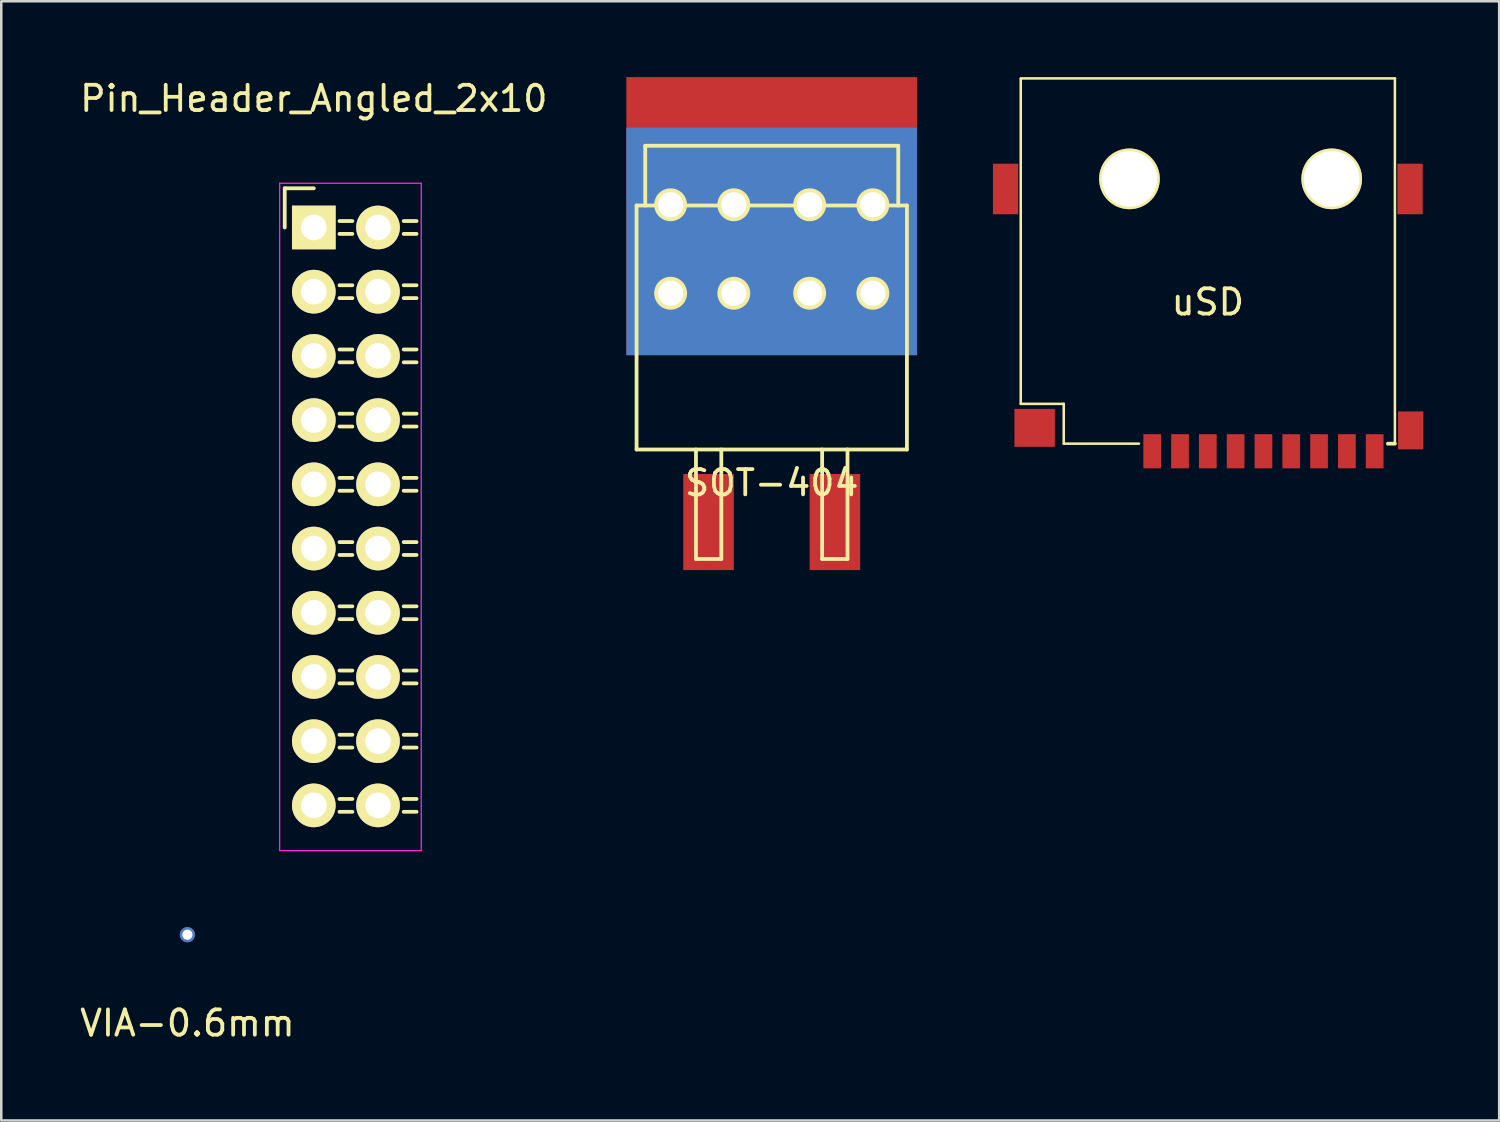
<source format=kicad_pcb>
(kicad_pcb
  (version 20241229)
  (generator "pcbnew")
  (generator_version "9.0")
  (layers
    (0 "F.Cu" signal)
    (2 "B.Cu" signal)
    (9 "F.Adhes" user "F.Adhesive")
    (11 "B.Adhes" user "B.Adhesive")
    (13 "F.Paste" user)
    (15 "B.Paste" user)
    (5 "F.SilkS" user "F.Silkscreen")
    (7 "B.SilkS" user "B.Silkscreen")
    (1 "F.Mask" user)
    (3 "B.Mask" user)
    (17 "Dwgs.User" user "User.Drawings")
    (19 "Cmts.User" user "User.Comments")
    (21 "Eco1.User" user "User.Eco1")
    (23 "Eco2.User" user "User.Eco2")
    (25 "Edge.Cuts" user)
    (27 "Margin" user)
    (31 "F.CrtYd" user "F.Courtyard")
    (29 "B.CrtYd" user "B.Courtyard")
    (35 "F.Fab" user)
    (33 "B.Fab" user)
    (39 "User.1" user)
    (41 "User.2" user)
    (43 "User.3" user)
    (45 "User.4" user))
  (footprint "uSD"
    (layer "F.Cu")
    (at 44.727 14.5)
    (property "Reference" "uSD" (at 0 -5.6 0) (layer "F.SilkS") (effects (font (size 1 1) (thickness 0.15))))
    (attr through_hole)
    (fp_line (start -7.4 -14.425) (end -7.4 -1.575) (stroke (width 0.1) (type solid)) (layer "F.SilkS"))
    (fp_line (start -5.7 -1.575) (end -7.4 -1.575) (stroke (width 0.1) (type solid)) (layer "F.SilkS"))
    (fp_line (start -5.7 0) (end -5.7 -1.575) (stroke (width 0.1) (type solid)) (layer "F.SilkS"))
    (fp_line (start -5.7 0) (end -2.725 0) (stroke (width 0.1) (type solid)) (layer "F.SilkS"))
    (fp_line (start 7.4 -14.45) (end -7.4 -14.45) (stroke (width 0.1) (type solid)) (layer "F.SilkS"))
    (fp_line (start 7.4 0) (end 7.125 0) (stroke (width 0.15) (type solid)) (layer "F.SilkS"))
    (fp_line (start 7.4 0) (end 7.4 -14.45) (stroke (width 0.1) (type solid)) (layer "F.SilkS"))
    (pad "1" smd rect (at -1.1 0.3) (size 0.7 1.35) (layers "F.Cu" "F.Mask" "F.Paste"))
    (pad "2" smd rect (at 0 0.3) (size 0.7 1.35) (layers "F.Cu" "F.Mask" "F.Paste"))
    (pad "3" smd rect (at 1.1 0.3) (size 0.7 1.35) (layers "F.Cu" "F.Mask" "F.Paste"))
    (pad "4" smd rect (at 2.2 0.3) (size 0.7 1.35) (layers "F.Cu" "F.Mask" "F.Paste"))
    (pad "5" smd rect (at 3.3 0.3) (size 0.7 1.35) (layers "F.Cu" "F.Mask" "F.Paste"))
    (pad "6" smd rect (at 4.4 0.3) (size 0.7 1.35) (layers "F.Cu" "F.Mask" "F.Paste"))
    (pad "7" smd rect (at 5.5 0.3) (size 0.7 1.35) (layers "F.Cu" "F.Mask" "F.Paste"))
    (pad "8" smd rect (at 6.6 0.3) (size 0.7 1.35) (layers "F.Cu" "F.Mask" "F.Paste"))
    (pad "9" smd rect (at -2.2 0.3) (size 0.7 1.35) (layers "F.Cu" "F.Mask" "F.Paste"))
    (pad "10" smd rect (at -8 -10.075) (size 1 2) (layers "F.Cu" "F.Mask" "F.Paste"))
    (pad "11" smd rect (at 8 -10.075) (size 1 2) (layers "F.Cu" "F.Mask" "F.Paste"))
    (pad "12" smd rect (at -6.85 -0.625) (size 1.6 1.5) (layers "F.Cu" "F.Mask" "F.Paste"))
    (pad "13" smd rect (at 8.025 -0.525) (size 1 1.5) (layers "F.Cu" "F.Mask" "F.Paste"))
    (pad "HOLE" thru_hole circle (at -3.1 -10.475) (size 2.4 2.4) (drill 2.2) (layers "*.Cu" "*.Mask" "F.SilkS"))
    (pad "HOLE" thru_hole circle (at 4.9 -10.475) (size 2.4 2.4) (drill 2.2) (layers "*.Cu" "*.Mask" "F.SilkS")))
  (footprint "SOT-404"
    (layer "F.Cu")
    (at 27.477 12.05)
    (property "Reference" "SOT-404" (at 0 4 0) (layer "F.SilkS") (effects (font (size 1 1) (thickness 0.15))))
    (attr smd)
    (fp_line (start -5.347 -6.972) (end 5.347 -6.972) (stroke (width 0.15) (type solid)) (layer "F.SilkS"))
    (fp_line (start -5.347 2.68) (end -5.347 -6.972) (stroke (width 0.15) (type solid)) (layer "F.SilkS"))
    (fp_line (start -5.004 -9.335) (end 5.004 -9.335) (stroke (width 0.15) (type solid)) (layer "F.SilkS"))
    (fp_line (start -5.004 -6.972) (end -5.004 -9.335) (stroke (width 0.15) (type solid)) (layer "F.SilkS"))
    (fp_line (start -2.997 2.68) (end -2.997 7.01) (stroke (width 0.15) (type solid)) (layer "F.SilkS"))
    (fp_line (start -2.997 7.01) (end -1.994 7.01) (stroke (width 0.15) (type solid)) (layer "F.SilkS"))
    (fp_line (start -1.994 7.01) (end -1.994 2.68) (stroke (width 0.15) (type solid)) (layer "F.SilkS"))
    (fp_line (start 1.994 2.68) (end 1.994 7.01) (stroke (width 0.15) (type solid)) (layer "F.SilkS"))
    (fp_line (start 1.994 7.01) (end 2.997 7.01) (stroke (width 0.15) (type solid)) (layer "F.SilkS"))
    (fp_line (start 2.997 7.01) (end 2.997 2.68) (stroke (width 0.15) (type solid)) (layer "F.SilkS"))
    (fp_line (start 5.004 -9.335) (end 5.004 -6.972) (stroke (width 0.15) (type solid)) (layer "F.SilkS"))
    (fp_line (start 5.347 -6.972) (end 5.347 2.68) (stroke (width 0.15) (type solid)) (layer "F.SilkS"))
    (fp_line (start 5.347 2.68) (end -5.347 2.68) (stroke (width 0.15) (type solid)) (layer "F.SilkS"))
    (pad "1" smd rect (at -2.499 5.55) (size 1.999 3.8) (layers "F.Cu" "F.Mask" "F.Paste"))
    (pad "2" thru_hole circle (at -4 -7) (size 1.3 1.3) (drill 1) (layers "*.Cu" "*.Mask" "F.SilkS"))
    (pad "2" thru_hole circle (at -4 -3.5) (size 1.3 1.3) (drill 1) (layers "*.Cu" "*.Mask" "F.SilkS"))
    (pad "2" thru_hole circle (at -1.5 -7) (size 1.3 1.3) (drill 1) (layers "*.Cu" "*.Mask" "F.SilkS"))
    (pad "2" thru_hole circle (at -1.5 -3.5) (size 1.3 1.3) (drill 1) (layers "*.Cu" "*.Mask" "F.SilkS"))
    (pad "2" smd rect (at 0 -6.55) (size 11.501 11) (layers "F.Cu" "F.Mask" "F.Paste"))
    (pad "2" smd rect (at 0 -5.55) (size 11.501 8.999) (layers "F.Mask" "B.Cu" "F.Paste"))
    (pad "2" thru_hole circle (at 1.5 -7) (size 1.3 1.3) (drill 1) (layers "*.Cu" "*.Mask" "F.SilkS"))
    (pad "2" thru_hole circle (at 1.5 -3.5) (size 1.3 1.3) (drill 1) (layers "*.Cu" "*.Mask" "F.SilkS"))
    (pad "2" thru_hole circle (at 4 -7) (size 1.3 1.3) (drill 1) (layers "*.Cu" "*.Mask" "F.SilkS"))
    (pad "2" thru_hole circle (at 4 -3.5) (size 1.3 1.3) (drill 1) (layers "*.Cu" "*.Mask" "F.SilkS"))
    (pad "3" smd rect (at 2.499 5.55) (size 1.999 3.8) (layers "F.Cu" "F.Mask" "F.Paste")))
  (footprint "VIA-0.6mm"
    (layer "F.Cu")
    (at 4.363 33.923)
    (property "Reference" "VIA-0.6mm" (at 0 3.5 0) (layer "F.SilkS") (effects (font (size 1 1) (thickness 0.15))))
    (attr through_hole)
    (pad "2" thru_hole circle (at 0 0) (size 0.6 0.6) (drill 0.4) (layers "*.Cu")))
  (footprint "Pin_Header_Angled_2x10"
    (layer "F.Cu")
    (at 9.363 5.948)
    (property "Reference" "Pin_Header_Angled_2x10" (at 0 -5.1 0) (layer "F.SilkS") (effects (font (size 1 1) (thickness 0.15))))
    (attr through_hole)
    (fp_line (start -1.15 -1.55) (end -1.15 0) (stroke (width 0.15) (type solid)) (layer "F.SilkS"))
    (fp_line (start 0 -1.55) (end -1.15 -1.55) (stroke (width 0.15) (type solid)) (layer "F.SilkS"))
    (fp_line (start 1.524 -0.254) (end 1.016 -0.254) (stroke (width 0.15) (type solid)) (layer "F.SilkS"))
    (fp_line (start 1.524 0.254) (end 1.016 0.254) (stroke (width 0.15) (type solid)) (layer "F.SilkS"))
    (fp_line (start 1.524 2.286) (end 1.016 2.286) (stroke (width 0.15) (type solid)) (layer "F.SilkS"))
    (fp_line (start 1.524 2.794) (end 1.016 2.794) (stroke (width 0.15) (type solid)) (layer "F.SilkS"))
    (fp_line (start 1.524 4.826) (end 1.016 4.826) (stroke (width 0.15) (type solid)) (layer "F.SilkS"))
    (fp_line (start 1.524 5.334) (end 1.016 5.334) (stroke (width 0.15) (type solid)) (layer "F.SilkS"))
    (fp_line (start 1.524 7.366) (end 1.016 7.366) (stroke (width 0.15) (type solid)) (layer "F.SilkS"))
    (fp_line (start 1.524 7.874) (end 1.016 7.874) (stroke (width 0.15) (type solid)) (layer "F.SilkS"))
    (fp_line (start 1.524 9.906) (end 1.016 9.906) (stroke (width 0.15) (type solid)) (layer "F.SilkS"))
    (fp_line (start 1.524 10.414) (end 1.016 10.414) (stroke (width 0.15) (type solid)) (layer "F.SilkS"))
    (fp_line (start 1.524 12.446) (end 1.016 12.446) (stroke (width 0.15) (type solid)) (layer "F.SilkS"))
    (fp_line (start 1.524 12.954) (end 1.016 12.954) (stroke (width 0.15) (type solid)) (layer "F.SilkS"))
    (fp_line (start 1.524 14.986) (end 1.016 14.986) (stroke (width 0.15) (type solid)) (layer "F.SilkS"))
    (fp_line (start 1.524 15.494) (end 1.016 15.494) (stroke (width 0.15) (type solid)) (layer "F.SilkS"))
    (fp_line (start 1.524 17.526) (end 1.016 17.526) (stroke (width 0.15) (type solid)) (layer "F.SilkS"))
    (fp_line (start 1.524 18.034) (end 1.016 18.034) (stroke (width 0.15) (type solid)) (layer "F.SilkS"))
    (fp_line (start 1.524 20.066) (end 1.016 20.066) (stroke (width 0.15) (type solid)) (layer "F.SilkS"))
    (fp_line (start 1.524 20.574) (end 1.016 20.574) (stroke (width 0.15) (type solid)) (layer "F.SilkS"))
    (fp_line (start 1.524 22.606) (end 1.016 22.606) (stroke (width 0.15) (type solid)) (layer "F.SilkS"))
    (fp_line (start 1.524 23.114) (end 1.016 23.114) (stroke (width 0.15) (type solid)) (layer "F.SilkS"))
    (fp_line (start 4.064 -0.254) (end 3.556 -0.254) (stroke (width 0.15) (type solid)) (layer "F.SilkS"))
    (fp_line (start 4.064 0.254) (end 3.556 0.254) (stroke (width 0.15) (type solid)) (layer "F.SilkS"))
    (fp_line (start 4.064 2.286) (end 3.556 2.286) (stroke (width 0.15) (type solid)) (layer "F.SilkS"))
    (fp_line (start 4.064 2.794) (end 3.556 2.794) (stroke (width 0.15) (type solid)) (layer "F.SilkS"))
    (fp_line (start 4.064 4.826) (end 3.556 4.826) (stroke (width 0.15) (type solid)) (layer "F.SilkS"))
    (fp_line (start 4.064 5.334) (end 3.556 5.334) (stroke (width 0.15) (type solid)) (layer "F.SilkS"))
    (fp_line (start 4.064 7.366) (end 3.556 7.366) (stroke (width 0.15) (type solid)) (layer "F.SilkS"))
    (fp_line (start 4.064 7.874) (end 3.556 7.874) (stroke (width 0.15) (type solid)) (layer "F.SilkS"))
    (fp_line (start 4.064 9.906) (end 3.556 9.906) (stroke (width 0.15) (type solid)) (layer "F.SilkS"))
    (fp_line (start 4.064 10.414) (end 3.556 10.414) (stroke (width 0.15) (type solid)) (layer "F.SilkS"))
    (fp_line (start 4.064 12.446) (end 3.556 12.446) (stroke (width 0.15) (type solid)) (layer "F.SilkS"))
    (fp_line (start 4.064 12.954) (end 3.556 12.954) (stroke (width 0.15) (type solid)) (layer "F.SilkS"))
    (fp_line (start 4.064 14.986) (end 3.556 14.986) (stroke (width 0.15) (type solid)) (layer "F.SilkS"))
    (fp_line (start 4.064 15.494) (end 3.556 15.494) (stroke (width 0.15) (type solid)) (layer "F.SilkS"))
    (fp_line (start 4.064 17.526) (end 3.556 17.526) (stroke (width 0.15) (type solid)) (layer "F.SilkS"))
    (fp_line (start 4.064 18.034) (end 3.556 18.034) (stroke (width 0.15) (type solid)) (layer "F.SilkS"))
    (fp_line (start 4.064 20.066) (end 3.556 20.066) (stroke (width 0.15) (type solid)) (layer "F.SilkS"))
    (fp_line (start 4.064 20.574) (end 3.556 20.574) (stroke (width 0.15) (type solid)) (layer "F.SilkS"))
    (fp_line (start 4.064 22.606) (end 3.556 22.606) (stroke (width 0.15) (type solid)) (layer "F.SilkS"))
    (fp_line (start 4.064 23.114) (end 3.556 23.114) (stroke (width 0.15) (type solid)) (layer "F.SilkS"))
    (fp_line (start -1.35 -1.75) (end -1.35 24.65) (stroke (width 0.05) (type solid)) (layer "F.CrtYd"))
    (fp_line (start -1.35 24.65) (end 4.25 24.65) (stroke (width 0.05) (type solid)) (layer "F.CrtYd"))
    (fp_line (start 4.25 -1.75) (end -1.35 -1.75) (stroke (width 0.05) (type solid)) (layer "F.CrtYd"))
    (fp_line (start 4.25 24.65) (end 4.25 -1.75) (stroke (width 0.05) (type solid)) (layer "F.CrtYd"))
    (pad "1" thru_hole rect (at 0 0) (size 1.727 1.727) (drill 1.016) (layers "*.Cu" "*.Mask" "F.SilkS"))
    (pad "2" thru_hole oval (at 2.54 0) (size 1.727 1.727) (drill 1.016) (layers "*.Cu" "*.Mask" "F.SilkS"))
    (pad "3" thru_hole oval (at 0 2.54) (size 1.727 1.727) (drill 1.016) (layers "*.Cu" "*.Mask" "F.SilkS"))
    (pad "4" thru_hole oval (at 2.54 2.54) (size 1.727 1.727) (drill 1.016) (layers "*.Cu" "*.Mask" "F.SilkS"))
    (pad "5" thru_hole oval (at 0 5.08) (size 1.727 1.727) (drill 1.016) (layers "*.Cu" "*.Mask" "F.SilkS"))
    (pad "6" thru_hole oval (at 2.54 5.08) (size 1.727 1.727) (drill 1.016) (layers "*.Cu" "*.Mask" "F.SilkS"))
    (pad "7" thru_hole oval (at 0 7.62) (size 1.727 1.727) (drill 1.016) (layers "*.Cu" "*.Mask" "F.SilkS"))
    (pad "8" thru_hole oval (at 2.54 7.62) (size 1.727 1.727) (drill 1.016) (layers "*.Cu" "*.Mask" "F.SilkS"))
    (pad "9" thru_hole oval (at 0 10.16) (size 1.727 1.727) (drill 1.016) (layers "*.Cu" "*.Mask" "F.SilkS"))
    (pad "10" thru_hole oval (at 2.54 10.16) (size 1.727 1.727) (drill 1.016) (layers "*.Cu" "*.Mask" "F.SilkS"))
    (pad "11" thru_hole oval (at 0 12.7) (size 1.727 1.727) (drill 1.016) (layers "*.Cu" "*.Mask" "F.SilkS"))
    (pad "12" thru_hole oval (at 2.54 12.7) (size 1.727 1.727) (drill 1.016) (layers "*.Cu" "*.Mask" "F.SilkS"))
    (pad "13" thru_hole oval (at 0 15.24) (size 1.727 1.727) (drill 1.016) (layers "*.Cu" "*.Mask" "F.SilkS"))
    (pad "14" thru_hole oval (at 2.54 15.24) (size 1.727 1.727) (drill 1.016) (layers "*.Cu" "*.Mask" "F.SilkS"))
    (pad "15" thru_hole oval (at 0 17.78) (size 1.727 1.727) (drill 1.016) (layers "*.Cu" "*.Mask" "F.SilkS"))
    (pad "16" thru_hole oval (at 2.54 17.78) (size 1.727 1.727) (drill 1.016) (layers "*.Cu" "*.Mask" "F.SilkS"))
    (pad "17" thru_hole oval (at 0 20.32) (size 1.727 1.727) (drill 1.016) (layers "*.Cu" "*.Mask" "F.SilkS"))
    (pad "18" thru_hole oval (at 2.54 20.32) (size 1.727 1.727) (drill 1.016) (layers "*.Cu" "*.Mask" "F.SilkS"))
    (pad "19" thru_hole oval (at 0 22.86) (size 1.727 1.727) (drill 1.016) (layers "*.Cu" "*.Mask" "F.SilkS"))
    (pad "20" thru_hole oval (at 2.54 22.86) (size 1.727 1.727) (drill 1.016) (layers "*.Cu" "*.Mask" "F.SilkS")))
  (gr_rect
    (start -3 -3)
    (end 56.252 41.272)
    (stroke (width 0.1) (type default))
    (fill no)
    (layer "Edge.Cuts")))
</source>
